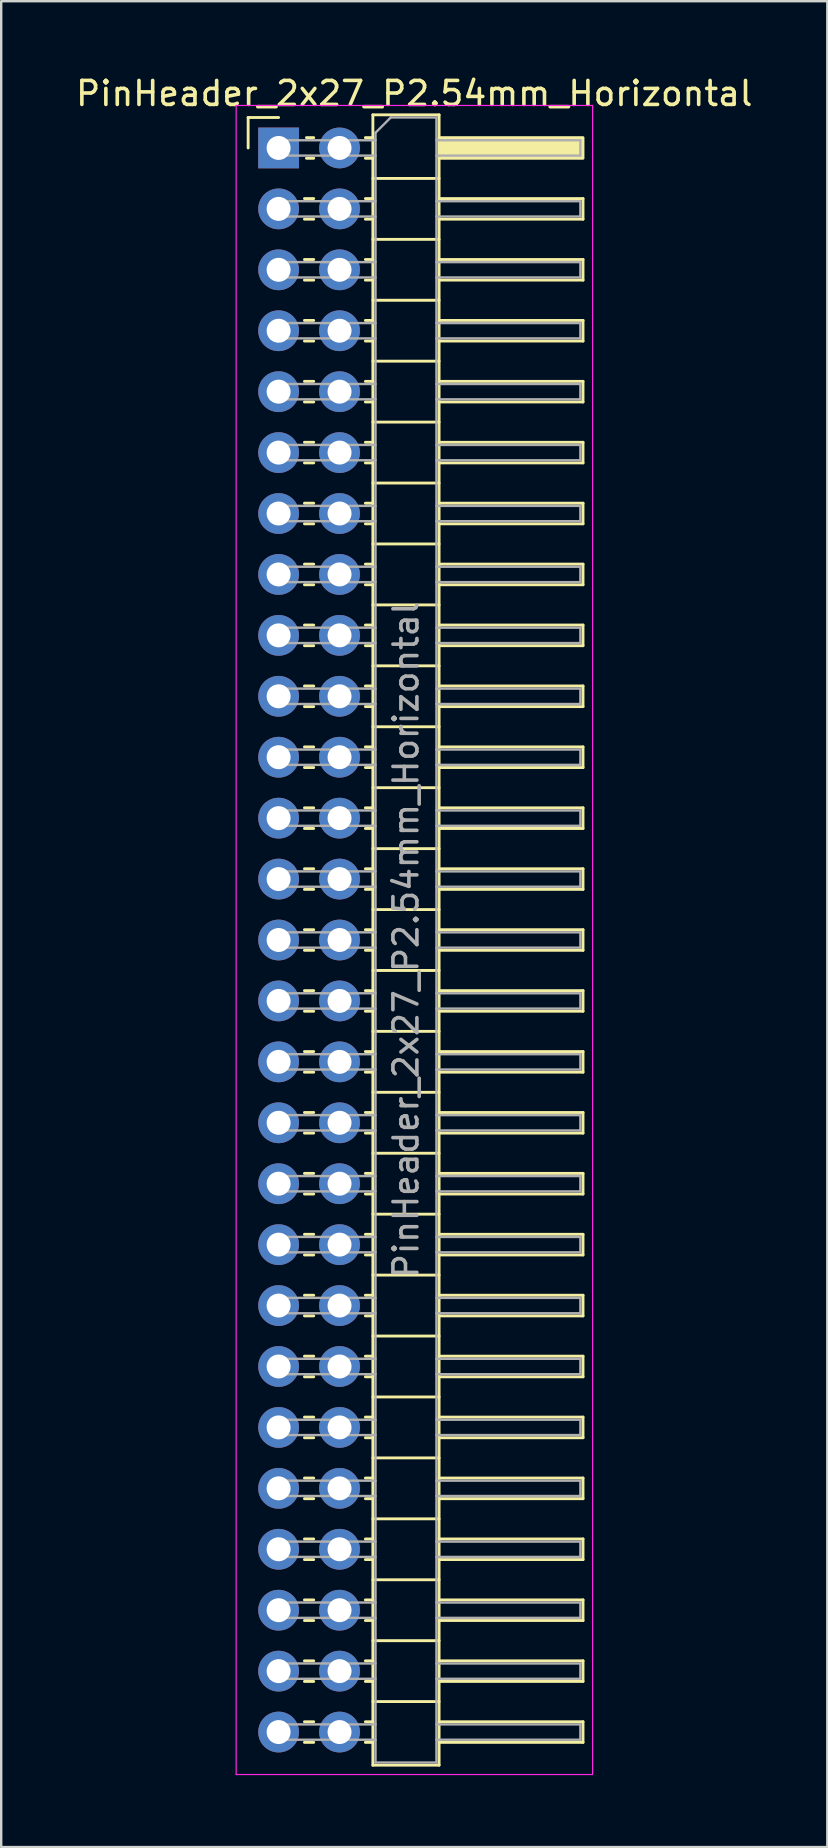
<source format=kicad_pcb>
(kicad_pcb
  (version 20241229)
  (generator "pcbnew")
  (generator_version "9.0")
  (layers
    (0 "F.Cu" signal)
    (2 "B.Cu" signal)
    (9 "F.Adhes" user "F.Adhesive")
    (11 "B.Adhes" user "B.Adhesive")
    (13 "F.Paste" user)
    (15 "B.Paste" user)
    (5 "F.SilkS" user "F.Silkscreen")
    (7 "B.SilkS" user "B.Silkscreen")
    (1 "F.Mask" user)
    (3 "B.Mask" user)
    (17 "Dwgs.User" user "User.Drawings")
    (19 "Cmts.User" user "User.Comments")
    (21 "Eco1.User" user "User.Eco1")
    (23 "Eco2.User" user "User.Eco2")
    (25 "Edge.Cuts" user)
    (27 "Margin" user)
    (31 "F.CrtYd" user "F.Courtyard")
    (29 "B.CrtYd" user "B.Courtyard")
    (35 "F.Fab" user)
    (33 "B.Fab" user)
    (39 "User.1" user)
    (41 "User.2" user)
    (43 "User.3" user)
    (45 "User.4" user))
  (footprint "PinHeader_2x27_P2.54mm_Horizontal"
    (layer "F.Cu")
    (at 8.565 3.118)
    (property "Reference" "PinHeader_2x27_P2.54mm_Horizontal" (at 5.655 -2.27 0) (layer "F.SilkS") (effects (font (size 1 1) (thickness 0.15))))
    (attr through_hole)
    (fp_line (start -1.27 -1.27) (end 0 -1.27) (stroke (width 0.12) (type solid)) (layer "F.SilkS"))
    (fp_line (start -1.27 0) (end -1.27 -1.27) (stroke (width 0.12) (type solid)) (layer "F.SilkS"))
    (fp_line (start 1.077 2.11) (end 1.463 2.11) (stroke (width 0.12) (type solid)) (layer "F.SilkS"))
    (fp_line (start 1.077 2.97) (end 1.463 2.97) (stroke (width 0.12) (type solid)) (layer "F.SilkS"))
    (fp_line (start 1.077 4.65) (end 1.463 4.65) (stroke (width 0.12) (type solid)) (layer "F.SilkS"))
    (fp_line (start 1.077 5.51) (end 1.463 5.51) (stroke (width 0.12) (type solid)) (layer "F.SilkS"))
    (fp_line (start 1.077 7.19) (end 1.463 7.19) (stroke (width 0.12) (type solid)) (layer "F.SilkS"))
    (fp_line (start 1.077 8.05) (end 1.463 8.05) (stroke (width 0.12) (type solid)) (layer "F.SilkS"))
    (fp_line (start 1.077 9.73) (end 1.463 9.73) (stroke (width 0.12) (type solid)) (layer "F.SilkS"))
    (fp_line (start 1.077 10.59) (end 1.463 10.59) (stroke (width 0.12) (type solid)) (layer "F.SilkS"))
    (fp_line (start 1.077 12.27) (end 1.463 12.27) (stroke (width 0.12) (type solid)) (layer "F.SilkS"))
    (fp_line (start 1.077 13.13) (end 1.463 13.13) (stroke (width 0.12) (type solid)) (layer "F.SilkS"))
    (fp_line (start 1.077 14.81) (end 1.463 14.81) (stroke (width 0.12) (type solid)) (layer "F.SilkS"))
    (fp_line (start 1.077 15.67) (end 1.463 15.67) (stroke (width 0.12) (type solid)) (layer "F.SilkS"))
    (fp_line (start 1.077 17.35) (end 1.463 17.35) (stroke (width 0.12) (type solid)) (layer "F.SilkS"))
    (fp_line (start 1.077 18.21) (end 1.463 18.21) (stroke (width 0.12) (type solid)) (layer "F.SilkS"))
    (fp_line (start 1.077 19.89) (end 1.463 19.89) (stroke (width 0.12) (type solid)) (layer "F.SilkS"))
    (fp_line (start 1.077 20.75) (end 1.463 20.75) (stroke (width 0.12) (type solid)) (layer "F.SilkS"))
    (fp_line (start 1.077 22.43) (end 1.463 22.43) (stroke (width 0.12) (type solid)) (layer "F.SilkS"))
    (fp_line (start 1.077 23.29) (end 1.463 23.29) (stroke (width 0.12) (type solid)) (layer "F.SilkS"))
    (fp_line (start 1.077 24.97) (end 1.463 24.97) (stroke (width 0.12) (type solid)) (layer "F.SilkS"))
    (fp_line (start 1.077 25.83) (end 1.463 25.83) (stroke (width 0.12) (type solid)) (layer "F.SilkS"))
    (fp_line (start 1.077 27.51) (end 1.463 27.51) (stroke (width 0.12) (type solid)) (layer "F.SilkS"))
    (fp_line (start 1.077 28.37) (end 1.463 28.37) (stroke (width 0.12) (type solid)) (layer "F.SilkS"))
    (fp_line (start 1.077 30.05) (end 1.463 30.05) (stroke (width 0.12) (type solid)) (layer "F.SilkS"))
    (fp_line (start 1.077 30.91) (end 1.463 30.91) (stroke (width 0.12) (type solid)) (layer "F.SilkS"))
    (fp_line (start 1.077 32.59) (end 1.463 32.59) (stroke (width 0.12) (type solid)) (layer "F.SilkS"))
    (fp_line (start 1.077 33.45) (end 1.463 33.45) (stroke (width 0.12) (type solid)) (layer "F.SilkS"))
    (fp_line (start 1.077 35.13) (end 1.463 35.13) (stroke (width 0.12) (type solid)) (layer "F.SilkS"))
    (fp_line (start 1.077 35.99) (end 1.463 35.99) (stroke (width 0.12) (type solid)) (layer "F.SilkS"))
    (fp_line (start 1.077 37.67) (end 1.463 37.67) (stroke (width 0.12) (type solid)) (layer "F.SilkS"))
    (fp_line (start 1.077 38.53) (end 1.463 38.53) (stroke (width 0.12) (type solid)) (layer "F.SilkS"))
    (fp_line (start 1.077 40.21) (end 1.463 40.21) (stroke (width 0.12) (type solid)) (layer "F.SilkS"))
    (fp_line (start 1.077 41.07) (end 1.463 41.07) (stroke (width 0.12) (type solid)) (layer "F.SilkS"))
    (fp_line (start 1.077 42.75) (end 1.463 42.75) (stroke (width 0.12) (type solid)) (layer "F.SilkS"))
    (fp_line (start 1.077 43.61) (end 1.463 43.61) (stroke (width 0.12) (type solid)) (layer "F.SilkS"))
    (fp_line (start 1.077 45.29) (end 1.463 45.29) (stroke (width 0.12) (type solid)) (layer "F.SilkS"))
    (fp_line (start 1.077 46.15) (end 1.463 46.15) (stroke (width 0.12) (type solid)) (layer "F.SilkS"))
    (fp_line (start 1.077 47.83) (end 1.463 47.83) (stroke (width 0.12) (type solid)) (layer "F.SilkS"))
    (fp_line (start 1.077 48.69) (end 1.463 48.69) (stroke (width 0.12) (type solid)) (layer "F.SilkS"))
    (fp_line (start 1.077 50.37) (end 1.463 50.37) (stroke (width 0.12) (type solid)) (layer "F.SilkS"))
    (fp_line (start 1.077 51.23) (end 1.463 51.23) (stroke (width 0.12) (type solid)) (layer "F.SilkS"))
    (fp_line (start 1.077 52.91) (end 1.463 52.91) (stroke (width 0.12) (type solid)) (layer "F.SilkS"))
    (fp_line (start 1.077 53.77) (end 1.463 53.77) (stroke (width 0.12) (type solid)) (layer "F.SilkS"))
    (fp_line (start 1.077 55.45) (end 1.463 55.45) (stroke (width 0.12) (type solid)) (layer "F.SilkS"))
    (fp_line (start 1.077 56.31) (end 1.463 56.31) (stroke (width 0.12) (type solid)) (layer "F.SilkS"))
    (fp_line (start 1.077 57.99) (end 1.463 57.99) (stroke (width 0.12) (type solid)) (layer "F.SilkS"))
    (fp_line (start 1.077 58.85) (end 1.463 58.85) (stroke (width 0.12) (type solid)) (layer "F.SilkS"))
    (fp_line (start 1.077 60.53) (end 1.463 60.53) (stroke (width 0.12) (type solid)) (layer "F.SilkS"))
    (fp_line (start 1.077 61.39) (end 1.463 61.39) (stroke (width 0.12) (type solid)) (layer "F.SilkS"))
    (fp_line (start 1.077 63.07) (end 1.463 63.07) (stroke (width 0.12) (type solid)) (layer "F.SilkS"))
    (fp_line (start 1.077 63.93) (end 1.463 63.93) (stroke (width 0.12) (type solid)) (layer "F.SilkS"))
    (fp_line (start 1.077 65.61) (end 1.463 65.61) (stroke (width 0.12) (type solid)) (layer "F.SilkS"))
    (fp_line (start 1.077 66.47) (end 1.463 66.47) (stroke (width 0.12) (type solid)) (layer "F.SilkS"))
    (fp_line (start 1.16 -0.43) (end 1.463 -0.43) (stroke (width 0.12) (type solid)) (layer "F.SilkS"))
    (fp_line (start 1.16 0.43) (end 1.463 0.43) (stroke (width 0.12) (type solid)) (layer "F.SilkS"))
    (fp_line (start 3.617 -0.43) (end 3.93 -0.43) (stroke (width 0.12) (type solid)) (layer "F.SilkS"))
    (fp_line (start 3.617 0.43) (end 3.93 0.43) (stroke (width 0.12) (type solid)) (layer "F.SilkS"))
    (fp_line (start 3.617 2.11) (end 3.93 2.11) (stroke (width 0.12) (type solid)) (layer "F.SilkS"))
    (fp_line (start 3.617 2.97) (end 3.93 2.97) (stroke (width 0.12) (type solid)) (layer "F.SilkS"))
    (fp_line (start 3.617 4.65) (end 3.93 4.65) (stroke (width 0.12) (type solid)) (layer "F.SilkS"))
    (fp_line (start 3.617 5.51) (end 3.93 5.51) (stroke (width 0.12) (type solid)) (layer "F.SilkS"))
    (fp_line (start 3.617 7.19) (end 3.93 7.19) (stroke (width 0.12) (type solid)) (layer "F.SilkS"))
    (fp_line (start 3.617 8.05) (end 3.93 8.05) (stroke (width 0.12) (type solid)) (layer "F.SilkS"))
    (fp_line (start 3.617 9.73) (end 3.93 9.73) (stroke (width 0.12) (type solid)) (layer "F.SilkS"))
    (fp_line (start 3.617 10.59) (end 3.93 10.59) (stroke (width 0.12) (type solid)) (layer "F.SilkS"))
    (fp_line (start 3.617 12.27) (end 3.93 12.27) (stroke (width 0.12) (type solid)) (layer "F.SilkS"))
    (fp_line (start 3.617 13.13) (end 3.93 13.13) (stroke (width 0.12) (type solid)) (layer "F.SilkS"))
    (fp_line (start 3.617 14.81) (end 3.93 14.81) (stroke (width 0.12) (type solid)) (layer "F.SilkS"))
    (fp_line (start 3.617 15.67) (end 3.93 15.67) (stroke (width 0.12) (type solid)) (layer "F.SilkS"))
    (fp_line (start 3.617 17.35) (end 3.93 17.35) (stroke (width 0.12) (type solid)) (layer "F.SilkS"))
    (fp_line (start 3.617 18.21) (end 3.93 18.21) (stroke (width 0.12) (type solid)) (layer "F.SilkS"))
    (fp_line (start 3.617 19.89) (end 3.93 19.89) (stroke (width 0.12) (type solid)) (layer "F.SilkS"))
    (fp_line (start 3.617 20.75) (end 3.93 20.75) (stroke (width 0.12) (type solid)) (layer "F.SilkS"))
    (fp_line (start 3.617 22.43) (end 3.93 22.43) (stroke (width 0.12) (type solid)) (layer "F.SilkS"))
    (fp_line (start 3.617 23.29) (end 3.93 23.29) (stroke (width 0.12) (type solid)) (layer "F.SilkS"))
    (fp_line (start 3.617 24.97) (end 3.93 24.97) (stroke (width 0.12) (type solid)) (layer "F.SilkS"))
    (fp_line (start 3.617 25.83) (end 3.93 25.83) (stroke (width 0.12) (type solid)) (layer "F.SilkS"))
    (fp_line (start 3.617 27.51) (end 3.93 27.51) (stroke (width 0.12) (type solid)) (layer "F.SilkS"))
    (fp_line (start 3.617 28.37) (end 3.93 28.37) (stroke (width 0.12) (type solid)) (layer "F.SilkS"))
    (fp_line (start 3.617 30.05) (end 3.93 30.05) (stroke (width 0.12) (type solid)) (layer "F.SilkS"))
    (fp_line (start 3.617 30.91) (end 3.93 30.91) (stroke (width 0.12) (type solid)) (layer "F.SilkS"))
    (fp_line (start 3.617 32.59) (end 3.93 32.59) (stroke (width 0.12) (type solid)) (layer "F.SilkS"))
    (fp_line (start 3.617 33.45) (end 3.93 33.45) (stroke (width 0.12) (type solid)) (layer "F.SilkS"))
    (fp_line (start 3.617 35.13) (end 3.93 35.13) (stroke (width 0.12) (type solid)) (layer "F.SilkS"))
    (fp_line (start 3.617 35.99) (end 3.93 35.99) (stroke (width 0.12) (type solid)) (layer "F.SilkS"))
    (fp_line (start 3.617 37.67) (end 3.93 37.67) (stroke (width 0.12) (type solid)) (layer "F.SilkS"))
    (fp_line (start 3.617 38.53) (end 3.93 38.53) (stroke (width 0.12) (type solid)) (layer "F.SilkS"))
    (fp_line (start 3.617 40.21) (end 3.93 40.21) (stroke (width 0.12) (type solid)) (layer "F.SilkS"))
    (fp_line (start 3.617 41.07) (end 3.93 41.07) (stroke (width 0.12) (type solid)) (layer "F.SilkS"))
    (fp_line (start 3.617 42.75) (end 3.93 42.75) (stroke (width 0.12) (type solid)) (layer "F.SilkS"))
    (fp_line (start 3.617 43.61) (end 3.93 43.61) (stroke (width 0.12) (type solid)) (layer "F.SilkS"))
    (fp_line (start 3.617 45.29) (end 3.93 45.29) (stroke (width 0.12) (type solid)) (layer "F.SilkS"))
    (fp_line (start 3.617 46.15) (end 3.93 46.15) (stroke (width 0.12) (type solid)) (layer "F.SilkS"))
    (fp_line (start 3.617 47.83) (end 3.93 47.83) (stroke (width 0.12) (type solid)) (layer "F.SilkS"))
    (fp_line (start 3.617 48.69) (end 3.93 48.69) (stroke (width 0.12) (type solid)) (layer "F.SilkS"))
    (fp_line (start 3.617 50.37) (end 3.93 50.37) (stroke (width 0.12) (type solid)) (layer "F.SilkS"))
    (fp_line (start 3.617 51.23) (end 3.93 51.23) (stroke (width 0.12) (type solid)) (layer "F.SilkS"))
    (fp_line (start 3.617 52.91) (end 3.93 52.91) (stroke (width 0.12) (type solid)) (layer "F.SilkS"))
    (fp_line (start 3.617 53.77) (end 3.93 53.77) (stroke (width 0.12) (type solid)) (layer "F.SilkS"))
    (fp_line (start 3.617 55.45) (end 3.93 55.45) (stroke (width 0.12) (type solid)) (layer "F.SilkS"))
    (fp_line (start 3.617 56.31) (end 3.93 56.31) (stroke (width 0.12) (type solid)) (layer "F.SilkS"))
    (fp_line (start 3.617 57.99) (end 3.93 57.99) (stroke (width 0.12) (type solid)) (layer "F.SilkS"))
    (fp_line (start 3.617 58.85) (end 3.93 58.85) (stroke (width 0.12) (type solid)) (layer "F.SilkS"))
    (fp_line (start 3.617 60.53) (end 3.93 60.53) (stroke (width 0.12) (type solid)) (layer "F.SilkS"))
    (fp_line (start 3.617 61.39) (end 3.93 61.39) (stroke (width 0.12) (type solid)) (layer "F.SilkS"))
    (fp_line (start 3.617 63.07) (end 3.93 63.07) (stroke (width 0.12) (type solid)) (layer "F.SilkS"))
    (fp_line (start 3.617 63.93) (end 3.93 63.93) (stroke (width 0.12) (type solid)) (layer "F.SilkS"))
    (fp_line (start 3.617 65.61) (end 3.93 65.61) (stroke (width 0.12) (type solid)) (layer "F.SilkS"))
    (fp_line (start 3.617 66.47) (end 3.93 66.47) (stroke (width 0.12) (type solid)) (layer "F.SilkS"))
    (fp_line (start 3.93 -1.38) (end 3.93 67.42) (stroke (width 0.12) (type solid)) (layer "F.SilkS"))
    (fp_line (start 3.93 1.27) (end 6.69 1.27) (stroke (width 0.12) (type solid)) (layer "F.SilkS"))
    (fp_line (start 3.93 3.81) (end 6.69 3.81) (stroke (width 0.12) (type solid)) (layer "F.SilkS"))
    (fp_line (start 3.93 6.35) (end 6.69 6.35) (stroke (width 0.12) (type solid)) (layer "F.SilkS"))
    (fp_line (start 3.93 8.89) (end 6.69 8.89) (stroke (width 0.12) (type solid)) (layer "F.SilkS"))
    (fp_line (start 3.93 11.43) (end 6.69 11.43) (stroke (width 0.12) (type solid)) (layer "F.SilkS"))
    (fp_line (start 3.93 13.97) (end 6.69 13.97) (stroke (width 0.12) (type solid)) (layer "F.SilkS"))
    (fp_line (start 3.93 16.51) (end 6.69 16.51) (stroke (width 0.12) (type solid)) (layer "F.SilkS"))
    (fp_line (start 3.93 19.05) (end 6.69 19.05) (stroke (width 0.12) (type solid)) (layer "F.SilkS"))
    (fp_line (start 3.93 21.59) (end 6.69 21.59) (stroke (width 0.12) (type solid)) (layer "F.SilkS"))
    (fp_line (start 3.93 24.13) (end 6.69 24.13) (stroke (width 0.12) (type solid)) (layer "F.SilkS"))
    (fp_line (start 3.93 26.67) (end 6.69 26.67) (stroke (width 0.12) (type solid)) (layer "F.SilkS"))
    (fp_line (start 3.93 29.21) (end 6.69 29.21) (stroke (width 0.12) (type solid)) (layer "F.SilkS"))
    (fp_line (start 3.93 31.75) (end 6.69 31.75) (stroke (width 0.12) (type solid)) (layer "F.SilkS"))
    (fp_line (start 3.93 34.29) (end 6.69 34.29) (stroke (width 0.12) (type solid)) (layer "F.SilkS"))
    (fp_line (start 3.93 36.83) (end 6.69 36.83) (stroke (width 0.12) (type solid)) (layer "F.SilkS"))
    (fp_line (start 3.93 39.37) (end 6.69 39.37) (stroke (width 0.12) (type solid)) (layer "F.SilkS"))
    (fp_line (start 3.93 41.91) (end 6.69 41.91) (stroke (width 0.12) (type solid)) (layer "F.SilkS"))
    (fp_line (start 3.93 44.45) (end 6.69 44.45) (stroke (width 0.12) (type solid)) (layer "F.SilkS"))
    (fp_line (start 3.93 46.99) (end 6.69 46.99) (stroke (width 0.12) (type solid)) (layer "F.SilkS"))
    (fp_line (start 3.93 49.53) (end 6.69 49.53) (stroke (width 0.12) (type solid)) (layer "F.SilkS"))
    (fp_line (start 3.93 52.07) (end 6.69 52.07) (stroke (width 0.12) (type solid)) (layer "F.SilkS"))
    (fp_line (start 3.93 54.61) (end 6.69 54.61) (stroke (width 0.12) (type solid)) (layer "F.SilkS"))
    (fp_line (start 3.93 57.15) (end 6.69 57.15) (stroke (width 0.12) (type solid)) (layer "F.SilkS"))
    (fp_line (start 3.93 59.69) (end 6.69 59.69) (stroke (width 0.12) (type solid)) (layer "F.SilkS"))
    (fp_line (start 3.93 62.23) (end 6.69 62.23) (stroke (width 0.12) (type solid)) (layer "F.SilkS"))
    (fp_line (start 3.93 64.77) (end 6.69 64.77) (stroke (width 0.12) (type solid)) (layer "F.SilkS"))
    (fp_line (start 3.93 67.42) (end 6.69 67.42) (stroke (width 0.12) (type solid)) (layer "F.SilkS"))
    (fp_line (start 6.69 -1.38) (end 3.93 -1.38) (stroke (width 0.12) (type solid)) (layer "F.SilkS"))
    (fp_line (start 6.69 2.11) (end 12.69 2.11) (stroke (width 0.12) (type solid)) (layer "F.SilkS"))
    (fp_line (start 6.69 4.65) (end 12.69 4.65) (stroke (width 0.12) (type solid)) (layer "F.SilkS"))
    (fp_line (start 6.69 7.19) (end 12.69 7.19) (stroke (width 0.12) (type solid)) (layer "F.SilkS"))
    (fp_line (start 6.69 9.73) (end 12.69 9.73) (stroke (width 0.12) (type solid)) (layer "F.SilkS"))
    (fp_line (start 6.69 12.27) (end 12.69 12.27) (stroke (width 0.12) (type solid)) (layer "F.SilkS"))
    (fp_line (start 6.69 14.81) (end 12.69 14.81) (stroke (width 0.12) (type solid)) (layer "F.SilkS"))
    (fp_line (start 6.69 17.35) (end 12.69 17.35) (stroke (width 0.12) (type solid)) (layer "F.SilkS"))
    (fp_line (start 6.69 19.89) (end 12.69 19.89) (stroke (width 0.12) (type solid)) (layer "F.SilkS"))
    (fp_line (start 6.69 22.43) (end 12.69 22.43) (stroke (width 0.12) (type solid)) (layer "F.SilkS"))
    (fp_line (start 6.69 24.97) (end 12.69 24.97) (stroke (width 0.12) (type solid)) (layer "F.SilkS"))
    (fp_line (start 6.69 27.51) (end 12.69 27.51) (stroke (width 0.12) (type solid)) (layer "F.SilkS"))
    (fp_line (start 6.69 30.05) (end 12.69 30.05) (stroke (width 0.12) (type solid)) (layer "F.SilkS"))
    (fp_line (start 6.69 32.59) (end 12.69 32.59) (stroke (width 0.12) (type solid)) (layer "F.SilkS"))
    (fp_line (start 6.69 35.13) (end 12.69 35.13) (stroke (width 0.12) (type solid)) (layer "F.SilkS"))
    (fp_line (start 6.69 37.67) (end 12.69 37.67) (stroke (width 0.12) (type solid)) (layer "F.SilkS"))
    (fp_line (start 6.69 40.21) (end 12.69 40.21) (stroke (width 0.12) (type solid)) (layer "F.SilkS"))
    (fp_line (start 6.69 42.75) (end 12.69 42.75) (stroke (width 0.12) (type solid)) (layer "F.SilkS"))
    (fp_line (start 6.69 45.29) (end 12.69 45.29) (stroke (width 0.12) (type solid)) (layer "F.SilkS"))
    (fp_line (start 6.69 47.83) (end 12.69 47.83) (stroke (width 0.12) (type solid)) (layer "F.SilkS"))
    (fp_line (start 6.69 50.37) (end 12.69 50.37) (stroke (width 0.12) (type solid)) (layer "F.SilkS"))
    (fp_line (start 6.69 52.91) (end 12.69 52.91) (stroke (width 0.12) (type solid)) (layer "F.SilkS"))
    (fp_line (start 6.69 55.45) (end 12.69 55.45) (stroke (width 0.12) (type solid)) (layer "F.SilkS"))
    (fp_line (start 6.69 57.99) (end 12.69 57.99) (stroke (width 0.12) (type solid)) (layer "F.SilkS"))
    (fp_line (start 6.69 60.53) (end 12.69 60.53) (stroke (width 0.12) (type solid)) (layer "F.SilkS"))
    (fp_line (start 6.69 63.07) (end 12.69 63.07) (stroke (width 0.12) (type solid)) (layer "F.SilkS"))
    (fp_line (start 6.69 65.61) (end 12.69 65.61) (stroke (width 0.12) (type solid)) (layer "F.SilkS"))
    (fp_line (start 6.69 67.42) (end 6.69 -1.38) (stroke (width 0.12) (type solid)) (layer "F.SilkS"))
    (fp_line (start 12.69 2.11) (end 12.69 2.97) (stroke (width 0.12) (type solid)) (layer "F.SilkS"))
    (fp_line (start 12.69 2.97) (end 6.69 2.97) (stroke (width 0.12) (type solid)) (layer "F.SilkS"))
    (fp_line (start 12.69 4.65) (end 12.69 5.51) (stroke (width 0.12) (type solid)) (layer "F.SilkS"))
    (fp_line (start 12.69 5.51) (end 6.69 5.51) (stroke (width 0.12) (type solid)) (layer "F.SilkS"))
    (fp_line (start 12.69 7.19) (end 12.69 8.05) (stroke (width 0.12) (type solid)) (layer "F.SilkS"))
    (fp_line (start 12.69 8.05) (end 6.69 8.05) (stroke (width 0.12) (type solid)) (layer "F.SilkS"))
    (fp_line (start 12.69 9.73) (end 12.69 10.59) (stroke (width 0.12) (type solid)) (layer "F.SilkS"))
    (fp_line (start 12.69 10.59) (end 6.69 10.59) (stroke (width 0.12) (type solid)) (layer "F.SilkS"))
    (fp_line (start 12.69 12.27) (end 12.69 13.13) (stroke (width 0.12) (type solid)) (layer "F.SilkS"))
    (fp_line (start 12.69 13.13) (end 6.69 13.13) (stroke (width 0.12) (type solid)) (layer "F.SilkS"))
    (fp_line (start 12.69 14.81) (end 12.69 15.67) (stroke (width 0.12) (type solid)) (layer "F.SilkS"))
    (fp_line (start 12.69 15.67) (end 6.69 15.67) (stroke (width 0.12) (type solid)) (layer "F.SilkS"))
    (fp_line (start 12.69 17.35) (end 12.69 18.21) (stroke (width 0.12) (type solid)) (layer "F.SilkS"))
    (fp_line (start 12.69 18.21) (end 6.69 18.21) (stroke (width 0.12) (type solid)) (layer "F.SilkS"))
    (fp_line (start 12.69 19.89) (end 12.69 20.75) (stroke (width 0.12) (type solid)) (layer "F.SilkS"))
    (fp_line (start 12.69 20.75) (end 6.69 20.75) (stroke (width 0.12) (type solid)) (layer "F.SilkS"))
    (fp_line (start 12.69 22.43) (end 12.69 23.29) (stroke (width 0.12) (type solid)) (layer "F.SilkS"))
    (fp_line (start 12.69 23.29) (end 6.69 23.29) (stroke (width 0.12) (type solid)) (layer "F.SilkS"))
    (fp_line (start 12.69 24.97) (end 12.69 25.83) (stroke (width 0.12) (type solid)) (layer "F.SilkS"))
    (fp_line (start 12.69 25.83) (end 6.69 25.83) (stroke (width 0.12) (type solid)) (layer "F.SilkS"))
    (fp_line (start 12.69 27.51) (end 12.69 28.37) (stroke (width 0.12) (type solid)) (layer "F.SilkS"))
    (fp_line (start 12.69 28.37) (end 6.69 28.37) (stroke (width 0.12) (type solid)) (layer "F.SilkS"))
    (fp_line (start 12.69 30.05) (end 12.69 30.91) (stroke (width 0.12) (type solid)) (layer "F.SilkS"))
    (fp_line (start 12.69 30.91) (end 6.69 30.91) (stroke (width 0.12) (type solid)) (layer "F.SilkS"))
    (fp_line (start 12.69 32.59) (end 12.69 33.45) (stroke (width 0.12) (type solid)) (layer "F.SilkS"))
    (fp_line (start 12.69 33.45) (end 6.69 33.45) (stroke (width 0.12) (type solid)) (layer "F.SilkS"))
    (fp_line (start 12.69 35.13) (end 12.69 35.99) (stroke (width 0.12) (type solid)) (layer "F.SilkS"))
    (fp_line (start 12.69 35.99) (end 6.69 35.99) (stroke (width 0.12) (type solid)) (layer "F.SilkS"))
    (fp_line (start 12.69 37.67) (end 12.69 38.53) (stroke (width 0.12) (type solid)) (layer "F.SilkS"))
    (fp_line (start 12.69 38.53) (end 6.69 38.53) (stroke (width 0.12) (type solid)) (layer "F.SilkS"))
    (fp_line (start 12.69 40.21) (end 12.69 41.07) (stroke (width 0.12) (type solid)) (layer "F.SilkS"))
    (fp_line (start 12.69 41.07) (end 6.69 41.07) (stroke (width 0.12) (type solid)) (layer "F.SilkS"))
    (fp_line (start 12.69 42.75) (end 12.69 43.61) (stroke (width 0.12) (type solid)) (layer "F.SilkS"))
    (fp_line (start 12.69 43.61) (end 6.69 43.61) (stroke (width 0.12) (type solid)) (layer "F.SilkS"))
    (fp_line (start 12.69 45.29) (end 12.69 46.15) (stroke (width 0.12) (type solid)) (layer "F.SilkS"))
    (fp_line (start 12.69 46.15) (end 6.69 46.15) (stroke (width 0.12) (type solid)) (layer "F.SilkS"))
    (fp_line (start 12.69 47.83) (end 12.69 48.69) (stroke (width 0.12) (type solid)) (layer "F.SilkS"))
    (fp_line (start 12.69 48.69) (end 6.69 48.69) (stroke (width 0.12) (type solid)) (layer "F.SilkS"))
    (fp_line (start 12.69 50.37) (end 12.69 51.23) (stroke (width 0.12) (type solid)) (layer "F.SilkS"))
    (fp_line (start 12.69 51.23) (end 6.69 51.23) (stroke (width 0.12) (type solid)) (layer "F.SilkS"))
    (fp_line (start 12.69 52.91) (end 12.69 53.77) (stroke (width 0.12) (type solid)) (layer "F.SilkS"))
    (fp_line (start 12.69 53.77) (end 6.69 53.77) (stroke (width 0.12) (type solid)) (layer "F.SilkS"))
    (fp_line (start 12.69 55.45) (end 12.69 56.31) (stroke (width 0.12) (type solid)) (layer "F.SilkS"))
    (fp_line (start 12.69 56.31) (end 6.69 56.31) (stroke (width 0.12) (type solid)) (layer "F.SilkS"))
    (fp_line (start 12.69 57.99) (end 12.69 58.85) (stroke (width 0.12) (type solid)) (layer "F.SilkS"))
    (fp_line (start 12.69 58.85) (end 6.69 58.85) (stroke (width 0.12) (type solid)) (layer "F.SilkS"))
    (fp_line (start 12.69 60.53) (end 12.69 61.39) (stroke (width 0.12) (type solid)) (layer "F.SilkS"))
    (fp_line (start 12.69 61.39) (end 6.69 61.39) (stroke (width 0.12) (type solid)) (layer "F.SilkS"))
    (fp_line (start 12.69 63.07) (end 12.69 63.93) (stroke (width 0.12) (type solid)) (layer "F.SilkS"))
    (fp_line (start 12.69 63.93) (end 6.69 63.93) (stroke (width 0.12) (type solid)) (layer "F.SilkS"))
    (fp_line (start 12.69 65.61) (end 12.69 66.47) (stroke (width 0.12) (type solid)) (layer "F.SilkS"))
    (fp_line (start 12.69 66.47) (end 6.69 66.47) (stroke (width 0.12) (type solid)) (layer "F.SilkS"))
    (fp_rect (start 6.69 -0.43) (end 12.69 0.43) (stroke (width 0.12) (type solid)) (fill yes) (layer "F.SilkS"))
    (fp_line (start -1.77 -1.77) (end -1.77 67.81) (stroke (width 0.05) (type solid)) (layer "F.CrtYd"))
    (fp_line (start -1.77 67.81) (end 13.09 67.81) (stroke (width 0.05) (type solid)) (layer "F.CrtYd"))
    (fp_line (start 13.09 -1.77) (end -1.77 -1.77) (stroke (width 0.05) (type solid)) (layer "F.CrtYd"))
    (fp_line (start 13.09 67.81) (end 13.09 -1.77) (stroke (width 0.05) (type solid)) (layer "F.CrtYd"))
    (fp_line (start -0.32 -0.32) (end -0.32 0.32) (stroke (width 0.1) (type solid)) (layer "F.Fab"))
    (fp_line (start -0.32 -0.32) (end 4.04 -0.32) (stroke (width 0.1) (type solid)) (layer "F.Fab"))
    (fp_line (start -0.32 0.32) (end 4.04 0.32) (stroke (width 0.1) (type solid)) (layer "F.Fab"))
    (fp_line (start -0.32 2.22) (end -0.32 2.86) (stroke (width 0.1) (type solid)) (layer "F.Fab"))
    (fp_line (start -0.32 2.22) (end 4.04 2.22) (stroke (width 0.1) (type solid)) (layer "F.Fab"))
    (fp_line (start -0.32 2.86) (end 4.04 2.86) (stroke (width 0.1) (type solid)) (layer "F.Fab"))
    (fp_line (start -0.32 4.76) (end -0.32 5.4) (stroke (width 0.1) (type solid)) (layer "F.Fab"))
    (fp_line (start -0.32 4.76) (end 4.04 4.76) (stroke (width 0.1) (type solid)) (layer "F.Fab"))
    (fp_line (start -0.32 5.4) (end 4.04 5.4) (stroke (width 0.1) (type solid)) (layer "F.Fab"))
    (fp_line (start -0.32 7.3) (end -0.32 7.94) (stroke (width 0.1) (type solid)) (layer "F.Fab"))
    (fp_line (start -0.32 7.3) (end 4.04 7.3) (stroke (width 0.1) (type solid)) (layer "F.Fab"))
    (fp_line (start -0.32 7.94) (end 4.04 7.94) (stroke (width 0.1) (type solid)) (layer "F.Fab"))
    (fp_line (start -0.32 9.84) (end -0.32 10.48) (stroke (width 0.1) (type solid)) (layer "F.Fab"))
    (fp_line (start -0.32 9.84) (end 4.04 9.84) (stroke (width 0.1) (type solid)) (layer "F.Fab"))
    (fp_line (start -0.32 10.48) (end 4.04 10.48) (stroke (width 0.1) (type solid)) (layer "F.Fab"))
    (fp_line (start -0.32 12.38) (end -0.32 13.02) (stroke (width 0.1) (type solid)) (layer "F.Fab"))
    (fp_line (start -0.32 12.38) (end 4.04 12.38) (stroke (width 0.1) (type solid)) (layer "F.Fab"))
    (fp_line (start -0.32 13.02) (end 4.04 13.02) (stroke (width 0.1) (type solid)) (layer "F.Fab"))
    (fp_line (start -0.32 14.92) (end -0.32 15.56) (stroke (width 0.1) (type solid)) (layer "F.Fab"))
    (fp_line (start -0.32 14.92) (end 4.04 14.92) (stroke (width 0.1) (type solid)) (layer "F.Fab"))
    (fp_line (start -0.32 15.56) (end 4.04 15.56) (stroke (width 0.1) (type solid)) (layer "F.Fab"))
    (fp_line (start -0.32 17.46) (end -0.32 18.1) (stroke (width 0.1) (type solid)) (layer "F.Fab"))
    (fp_line (start -0.32 17.46) (end 4.04 17.46) (stroke (width 0.1) (type solid)) (layer "F.Fab"))
    (fp_line (start -0.32 18.1) (end 4.04 18.1) (stroke (width 0.1) (type solid)) (layer "F.Fab"))
    (fp_line (start -0.32 20) (end -0.32 20.64) (stroke (width 0.1) (type solid)) (layer "F.Fab"))
    (fp_line (start -0.32 20) (end 4.04 20) (stroke (width 0.1) (type solid)) (layer "F.Fab"))
    (fp_line (start -0.32 20.64) (end 4.04 20.64) (stroke (width 0.1) (type solid)) (layer "F.Fab"))
    (fp_line (start -0.32 22.54) (end -0.32 23.18) (stroke (width 0.1) (type solid)) (layer "F.Fab"))
    (fp_line (start -0.32 22.54) (end 4.04 22.54) (stroke (width 0.1) (type solid)) (layer "F.Fab"))
    (fp_line (start -0.32 23.18) (end 4.04 23.18) (stroke (width 0.1) (type solid)) (layer "F.Fab"))
    (fp_line (start -0.32 25.08) (end -0.32 25.72) (stroke (width 0.1) (type solid)) (layer "F.Fab"))
    (fp_line (start -0.32 25.08) (end 4.04 25.08) (stroke (width 0.1) (type solid)) (layer "F.Fab"))
    (fp_line (start -0.32 25.72) (end 4.04 25.72) (stroke (width 0.1) (type solid)) (layer "F.Fab"))
    (fp_line (start -0.32 27.62) (end -0.32 28.26) (stroke (width 0.1) (type solid)) (layer "F.Fab"))
    (fp_line (start -0.32 27.62) (end 4.04 27.62) (stroke (width 0.1) (type solid)) (layer "F.Fab"))
    (fp_line (start -0.32 28.26) (end 4.04 28.26) (stroke (width 0.1) (type solid)) (layer "F.Fab"))
    (fp_line (start -0.32 30.16) (end -0.32 30.8) (stroke (width 0.1) (type solid)) (layer "F.Fab"))
    (fp_line (start -0.32 30.16) (end 4.04 30.16) (stroke (width 0.1) (type solid)) (layer "F.Fab"))
    (fp_line (start -0.32 30.8) (end 4.04 30.8) (stroke (width 0.1) (type solid)) (layer "F.Fab"))
    (fp_line (start -0.32 32.7) (end -0.32 33.34) (stroke (width 0.1) (type solid)) (layer "F.Fab"))
    (fp_line (start -0.32 32.7) (end 4.04 32.7) (stroke (width 0.1) (type solid)) (layer "F.Fab"))
    (fp_line (start -0.32 33.34) (end 4.04 33.34) (stroke (width 0.1) (type solid)) (layer "F.Fab"))
    (fp_line (start -0.32 35.24) (end -0.32 35.88) (stroke (width 0.1) (type solid)) (layer "F.Fab"))
    (fp_line (start -0.32 35.24) (end 4.04 35.24) (stroke (width 0.1) (type solid)) (layer "F.Fab"))
    (fp_line (start -0.32 35.88) (end 4.04 35.88) (stroke (width 0.1) (type solid)) (layer "F.Fab"))
    (fp_line (start -0.32 37.78) (end -0.32 38.42) (stroke (width 0.1) (type solid)) (layer "F.Fab"))
    (fp_line (start -0.32 37.78) (end 4.04 37.78) (stroke (width 0.1) (type solid)) (layer "F.Fab"))
    (fp_line (start -0.32 38.42) (end 4.04 38.42) (stroke (width 0.1) (type solid)) (layer "F.Fab"))
    (fp_line (start -0.32 40.32) (end -0.32 40.96) (stroke (width 0.1) (type solid)) (layer "F.Fab"))
    (fp_line (start -0.32 40.32) (end 4.04 40.32) (stroke (width 0.1) (type solid)) (layer "F.Fab"))
    (fp_line (start -0.32 40.96) (end 4.04 40.96) (stroke (width 0.1) (type solid)) (layer "F.Fab"))
    (fp_line (start -0.32 42.86) (end -0.32 43.5) (stroke (width 0.1) (type solid)) (layer "F.Fab"))
    (fp_line (start -0.32 42.86) (end 4.04 42.86) (stroke (width 0.1) (type solid)) (layer "F.Fab"))
    (fp_line (start -0.32 43.5) (end 4.04 43.5) (stroke (width 0.1) (type solid)) (layer "F.Fab"))
    (fp_line (start -0.32 45.4) (end -0.32 46.04) (stroke (width 0.1) (type solid)) (layer "F.Fab"))
    (fp_line (start -0.32 45.4) (end 4.04 45.4) (stroke (width 0.1) (type solid)) (layer "F.Fab"))
    (fp_line (start -0.32 46.04) (end 4.04 46.04) (stroke (width 0.1) (type solid)) (layer "F.Fab"))
    (fp_line (start -0.32 47.94) (end -0.32 48.58) (stroke (width 0.1) (type solid)) (layer "F.Fab"))
    (fp_line (start -0.32 47.94) (end 4.04 47.94) (stroke (width 0.1) (type solid)) (layer "F.Fab"))
    (fp_line (start -0.32 48.58) (end 4.04 48.58) (stroke (width 0.1) (type solid)) (layer "F.Fab"))
    (fp_line (start -0.32 50.48) (end -0.32 51.12) (stroke (width 0.1) (type solid)) (layer "F.Fab"))
    (fp_line (start -0.32 50.48) (end 4.04 50.48) (stroke (width 0.1) (type solid)) (layer "F.Fab"))
    (fp_line (start -0.32 51.12) (end 4.04 51.12) (stroke (width 0.1) (type solid)) (layer "F.Fab"))
    (fp_line (start -0.32 53.02) (end -0.32 53.66) (stroke (width 0.1) (type solid)) (layer "F.Fab"))
    (fp_line (start -0.32 53.02) (end 4.04 53.02) (stroke (width 0.1) (type solid)) (layer "F.Fab"))
    (fp_line (start -0.32 53.66) (end 4.04 53.66) (stroke (width 0.1) (type solid)) (layer "F.Fab"))
    (fp_line (start -0.32 55.56) (end -0.32 56.2) (stroke (width 0.1) (type solid)) (layer "F.Fab"))
    (fp_line (start -0.32 55.56) (end 4.04 55.56) (stroke (width 0.1) (type solid)) (layer "F.Fab"))
    (fp_line (start -0.32 56.2) (end 4.04 56.2) (stroke (width 0.1) (type solid)) (layer "F.Fab"))
    (fp_line (start -0.32 58.1) (end -0.32 58.74) (stroke (width 0.1) (type solid)) (layer "F.Fab"))
    (fp_line (start -0.32 58.1) (end 4.04 58.1) (stroke (width 0.1) (type solid)) (layer "F.Fab"))
    (fp_line (start -0.32 58.74) (end 4.04 58.74) (stroke (width 0.1) (type solid)) (layer "F.Fab"))
    (fp_line (start -0.32 60.64) (end -0.32 61.28) (stroke (width 0.1) (type solid)) (layer "F.Fab"))
    (fp_line (start -0.32 60.64) (end 4.04 60.64) (stroke (width 0.1) (type solid)) (layer "F.Fab"))
    (fp_line (start -0.32 61.28) (end 4.04 61.28) (stroke (width 0.1) (type solid)) (layer "F.Fab"))
    (fp_line (start -0.32 63.18) (end -0.32 63.82) (stroke (width 0.1) (type solid)) (layer "F.Fab"))
    (fp_line (start -0.32 63.18) (end 4.04 63.18) (stroke (width 0.1) (type solid)) (layer "F.Fab"))
    (fp_line (start -0.32 63.82) (end 4.04 63.82) (stroke (width 0.1) (type solid)) (layer "F.Fab"))
    (fp_line (start -0.32 65.72) (end -0.32 66.36) (stroke (width 0.1) (type solid)) (layer "F.Fab"))
    (fp_line (start -0.32 65.72) (end 4.04 65.72) (stroke (width 0.1) (type solid)) (layer "F.Fab"))
    (fp_line (start -0.32 66.36) (end 4.04 66.36) (stroke (width 0.1) (type solid)) (layer "F.Fab"))
    (fp_line (start 4.04 -0.635) (end 4.675 -1.27) (stroke (width 0.1) (type solid)) (layer "F.Fab"))
    (fp_line (start 4.04 67.31) (end 4.04 -0.635) (stroke (width 0.1) (type solid)) (layer "F.Fab"))
    (fp_line (start 4.675 -1.27) (end 6.58 -1.27) (stroke (width 0.1) (type solid)) (layer "F.Fab"))
    (fp_line (start 6.58 -1.27) (end 6.58 67.31) (stroke (width 0.1) (type solid)) (layer "F.Fab"))
    (fp_line (start 6.58 -0.32) (end 12.58 -0.32) (stroke (width 0.1) (type solid)) (layer "F.Fab"))
    (fp_line (start 6.58 0.32) (end 12.58 0.32) (stroke (width 0.1) (type solid)) (layer "F.Fab"))
    (fp_line (start 6.58 2.22) (end 12.58 2.22) (stroke (width 0.1) (type solid)) (layer "F.Fab"))
    (fp_line (start 6.58 2.86) (end 12.58 2.86) (stroke (width 0.1) (type solid)) (layer "F.Fab"))
    (fp_line (start 6.58 4.76) (end 12.58 4.76) (stroke (width 0.1) (type solid)) (layer "F.Fab"))
    (fp_line (start 6.58 5.4) (end 12.58 5.4) (stroke (width 0.1) (type solid)) (layer "F.Fab"))
    (fp_line (start 6.58 7.3) (end 12.58 7.3) (stroke (width 0.1) (type solid)) (layer "F.Fab"))
    (fp_line (start 6.58 7.94) (end 12.58 7.94) (stroke (width 0.1) (type solid)) (layer "F.Fab"))
    (fp_line (start 6.58 9.84) (end 12.58 9.84) (stroke (width 0.1) (type solid)) (layer "F.Fab"))
    (fp_line (start 6.58 10.48) (end 12.58 10.48) (stroke (width 0.1) (type solid)) (layer "F.Fab"))
    (fp_line (start 6.58 12.38) (end 12.58 12.38) (stroke (width 0.1) (type solid)) (layer "F.Fab"))
    (fp_line (start 6.58 13.02) (end 12.58 13.02) (stroke (width 0.1) (type solid)) (layer "F.Fab"))
    (fp_line (start 6.58 14.92) (end 12.58 14.92) (stroke (width 0.1) (type solid)) (layer "F.Fab"))
    (fp_line (start 6.58 15.56) (end 12.58 15.56) (stroke (width 0.1) (type solid)) (layer "F.Fab"))
    (fp_line (start 6.58 17.46) (end 12.58 17.46) (stroke (width 0.1) (type solid)) (layer "F.Fab"))
    (fp_line (start 6.58 18.1) (end 12.58 18.1) (stroke (width 0.1) (type solid)) (layer "F.Fab"))
    (fp_line (start 6.58 20) (end 12.58 20) (stroke (width 0.1) (type solid)) (layer "F.Fab"))
    (fp_line (start 6.58 20.64) (end 12.58 20.64) (stroke (width 0.1) (type solid)) (layer "F.Fab"))
    (fp_line (start 6.58 22.54) (end 12.58 22.54) (stroke (width 0.1) (type solid)) (layer "F.Fab"))
    (fp_line (start 6.58 23.18) (end 12.58 23.18) (stroke (width 0.1) (type solid)) (layer "F.Fab"))
    (fp_line (start 6.58 25.08) (end 12.58 25.08) (stroke (width 0.1) (type solid)) (layer "F.Fab"))
    (fp_line (start 6.58 25.72) (end 12.58 25.72) (stroke (width 0.1) (type solid)) (layer "F.Fab"))
    (fp_line (start 6.58 27.62) (end 12.58 27.62) (stroke (width 0.1) (type solid)) (layer "F.Fab"))
    (fp_line (start 6.58 28.26) (end 12.58 28.26) (stroke (width 0.1) (type solid)) (layer "F.Fab"))
    (fp_line (start 6.58 30.16) (end 12.58 30.16) (stroke (width 0.1) (type solid)) (layer "F.Fab"))
    (fp_line (start 6.58 30.8) (end 12.58 30.8) (stroke (width 0.1) (type solid)) (layer "F.Fab"))
    (fp_line (start 6.58 32.7) (end 12.58 32.7) (stroke (width 0.1) (type solid)) (layer "F.Fab"))
    (fp_line (start 6.58 33.34) (end 12.58 33.34) (stroke (width 0.1) (type solid)) (layer "F.Fab"))
    (fp_line (start 6.58 35.24) (end 12.58 35.24) (stroke (width 0.1) (type solid)) (layer "F.Fab"))
    (fp_line (start 6.58 35.88) (end 12.58 35.88) (stroke (width 0.1) (type solid)) (layer "F.Fab"))
    (fp_line (start 6.58 37.78) (end 12.58 37.78) (stroke (width 0.1) (type solid)) (layer "F.Fab"))
    (fp_line (start 6.58 38.42) (end 12.58 38.42) (stroke (width 0.1) (type solid)) (layer "F.Fab"))
    (fp_line (start 6.58 40.32) (end 12.58 40.32) (stroke (width 0.1) (type solid)) (layer "F.Fab"))
    (fp_line (start 6.58 40.96) (end 12.58 40.96) (stroke (width 0.1) (type solid)) (layer "F.Fab"))
    (fp_line (start 6.58 42.86) (end 12.58 42.86) (stroke (width 0.1) (type solid)) (layer "F.Fab"))
    (fp_line (start 6.58 43.5) (end 12.58 43.5) (stroke (width 0.1) (type solid)) (layer "F.Fab"))
    (fp_line (start 6.58 45.4) (end 12.58 45.4) (stroke (width 0.1) (type solid)) (layer "F.Fab"))
    (fp_line (start 6.58 46.04) (end 12.58 46.04) (stroke (width 0.1) (type solid)) (layer "F.Fab"))
    (fp_line (start 6.58 47.94) (end 12.58 47.94) (stroke (width 0.1) (type solid)) (layer "F.Fab"))
    (fp_line (start 6.58 48.58) (end 12.58 48.58) (stroke (width 0.1) (type solid)) (layer "F.Fab"))
    (fp_line (start 6.58 50.48) (end 12.58 50.48) (stroke (width 0.1) (type solid)) (layer "F.Fab"))
    (fp_line (start 6.58 51.12) (end 12.58 51.12) (stroke (width 0.1) (type solid)) (layer "F.Fab"))
    (fp_line (start 6.58 53.02) (end 12.58 53.02) (stroke (width 0.1) (type solid)) (layer "F.Fab"))
    (fp_line (start 6.58 53.66) (end 12.58 53.66) (stroke (width 0.1) (type solid)) (layer "F.Fab"))
    (fp_line (start 6.58 55.56) (end 12.58 55.56) (stroke (width 0.1) (type solid)) (layer "F.Fab"))
    (fp_line (start 6.58 56.2) (end 12.58 56.2) (stroke (width 0.1) (type solid)) (layer "F.Fab"))
    (fp_line (start 6.58 58.1) (end 12.58 58.1) (stroke (width 0.1) (type solid)) (layer "F.Fab"))
    (fp_line (start 6.58 58.74) (end 12.58 58.74) (stroke (width 0.1) (type solid)) (layer "F.Fab"))
    (fp_line (start 6.58 60.64) (end 12.58 60.64) (stroke (width 0.1) (type solid)) (layer "F.Fab"))
    (fp_line (start 6.58 61.28) (end 12.58 61.28) (stroke (width 0.1) (type solid)) (layer "F.Fab"))
    (fp_line (start 6.58 63.18) (end 12.58 63.18) (stroke (width 0.1) (type solid)) (layer "F.Fab"))
    (fp_line (start 6.58 63.82) (end 12.58 63.82) (stroke (width 0.1) (type solid)) (layer "F.Fab"))
    (fp_line (start 6.58 65.72) (end 12.58 65.72) (stroke (width 0.1) (type solid)) (layer "F.Fab"))
    (fp_line (start 6.58 66.36) (end 12.58 66.36) (stroke (width 0.1) (type solid)) (layer "F.Fab"))
    (fp_line (start 6.58 67.31) (end 4.04 67.31) (stroke (width 0.1) (type solid)) (layer "F.Fab"))
    (fp_line (start 12.58 -0.32) (end 12.58 0.32) (stroke (width 0.1) (type solid)) (layer "F.Fab"))
    (fp_line (start 12.58 2.22) (end 12.58 2.86) (stroke (width 0.1) (type solid)) (layer "F.Fab"))
    (fp_line (start 12.58 4.76) (end 12.58 5.4) (stroke (width 0.1) (type solid)) (layer "F.Fab"))
    (fp_line (start 12.58 7.3) (end 12.58 7.94) (stroke (width 0.1) (type solid)) (layer "F.Fab"))
    (fp_line (start 12.58 9.84) (end 12.58 10.48) (stroke (width 0.1) (type solid)) (layer "F.Fab"))
    (fp_line (start 12.58 12.38) (end 12.58 13.02) (stroke (width 0.1) (type solid)) (layer "F.Fab"))
    (fp_line (start 12.58 14.92) (end 12.58 15.56) (stroke (width 0.1) (type solid)) (layer "F.Fab"))
    (fp_line (start 12.58 17.46) (end 12.58 18.1) (stroke (width 0.1) (type solid)) (layer "F.Fab"))
    (fp_line (start 12.58 20) (end 12.58 20.64) (stroke (width 0.1) (type solid)) (layer "F.Fab"))
    (fp_line (start 12.58 22.54) (end 12.58 23.18) (stroke (width 0.1) (type solid)) (layer "F.Fab"))
    (fp_line (start 12.58 25.08) (end 12.58 25.72) (stroke (width 0.1) (type solid)) (layer "F.Fab"))
    (fp_line (start 12.58 27.62) (end 12.58 28.26) (stroke (width 0.1) (type solid)) (layer "F.Fab"))
    (fp_line (start 12.58 30.16) (end 12.58 30.8) (stroke (width 0.1) (type solid)) (layer "F.Fab"))
    (fp_line (start 12.58 32.7) (end 12.58 33.34) (stroke (width 0.1) (type solid)) (layer "F.Fab"))
    (fp_line (start 12.58 35.24) (end 12.58 35.88) (stroke (width 0.1) (type solid)) (layer "F.Fab"))
    (fp_line (start 12.58 37.78) (end 12.58 38.42) (stroke (width 0.1) (type solid)) (layer "F.Fab"))
    (fp_line (start 12.58 40.32) (end 12.58 40.96) (stroke (width 0.1) (type solid)) (layer "F.Fab"))
    (fp_line (start 12.58 42.86) (end 12.58 43.5) (stroke (width 0.1) (type solid)) (layer "F.Fab"))
    (fp_line (start 12.58 45.4) (end 12.58 46.04) (stroke (width 0.1) (type solid)) (layer "F.Fab"))
    (fp_line (start 12.58 47.94) (end 12.58 48.58) (stroke (width 0.1) (type solid)) (layer "F.Fab"))
    (fp_line (start 12.58 50.48) (end 12.58 51.12) (stroke (width 0.1) (type solid)) (layer "F.Fab"))
    (fp_line (start 12.58 53.02) (end 12.58 53.66) (stroke (width 0.1) (type solid)) (layer "F.Fab"))
    (fp_line (start 12.58 55.56) (end 12.58 56.2) (stroke (width 0.1) (type solid)) (layer "F.Fab"))
    (fp_line (start 12.58 58.1) (end 12.58 58.74) (stroke (width 0.1) (type solid)) (layer "F.Fab"))
    (fp_line (start 12.58 60.64) (end 12.58 61.28) (stroke (width 0.1) (type solid)) (layer "F.Fab"))
    (fp_line (start 12.58 63.18) (end 12.58 63.82) (stroke (width 0.1) (type solid)) (layer "F.Fab"))
    (fp_line (start 12.58 65.72) (end 12.58 66.36) (stroke (width 0.1) (type solid)) (layer "F.Fab"))
    (fp_text user "${REFERENCE}" (at 5.31 33.02 90) (layer "F.Fab") (effects (font (size 1 1) (thickness 0.15))))
    (pad "1" thru_hole rect (at 0 0) (size 1.7 1.7) (drill 1) (layers "*.Cu" "*.Mask"))
    (pad "2" thru_hole circle (at 2.54 0) (size 1.7 1.7) (drill 1) (layers "*.Cu" "*.Mask"))
    (pad "3" thru_hole circle (at 0 2.54) (size 1.7 1.7) (drill 1) (layers "*.Cu" "*.Mask"))
    (pad "4" thru_hole circle (at 2.54 2.54) (size 1.7 1.7) (drill 1) (layers "*.Cu" "*.Mask"))
    (pad "5" thru_hole circle (at 0 5.08) (size 1.7 1.7) (drill 1) (layers "*.Cu" "*.Mask"))
    (pad "6" thru_hole circle (at 2.54 5.08) (size 1.7 1.7) (drill 1) (layers "*.Cu" "*.Mask"))
    (pad "7" thru_hole circle (at 0 7.62) (size 1.7 1.7) (drill 1) (layers "*.Cu" "*.Mask"))
    (pad "8" thru_hole circle (at 2.54 7.62) (size 1.7 1.7) (drill 1) (layers "*.Cu" "*.Mask"))
    (pad "9" thru_hole circle (at 0 10.16) (size 1.7 1.7) (drill 1) (layers "*.Cu" "*.Mask"))
    (pad "10" thru_hole circle (at 2.54 10.16) (size 1.7 1.7) (drill 1) (layers "*.Cu" "*.Mask"))
    (pad "11" thru_hole circle (at 0 12.7) (size 1.7 1.7) (drill 1) (layers "*.Cu" "*.Mask"))
    (pad "12" thru_hole circle (at 2.54 12.7) (size 1.7 1.7) (drill 1) (layers "*.Cu" "*.Mask"))
    (pad "13" thru_hole circle (at 0 15.24) (size 1.7 1.7) (drill 1) (layers "*.Cu" "*.Mask"))
    (pad "14" thru_hole circle (at 2.54 15.24) (size 1.7 1.7) (drill 1) (layers "*.Cu" "*.Mask"))
    (pad "15" thru_hole circle (at 0 17.78) (size 1.7 1.7) (drill 1) (layers "*.Cu" "*.Mask"))
    (pad "16" thru_hole circle (at 2.54 17.78) (size 1.7 1.7) (drill 1) (layers "*.Cu" "*.Mask"))
    (pad "17" thru_hole circle (at 0 20.32) (size 1.7 1.7) (drill 1) (layers "*.Cu" "*.Mask"))
    (pad "18" thru_hole circle (at 2.54 20.32) (size 1.7 1.7) (drill 1) (layers "*.Cu" "*.Mask"))
    (pad "19" thru_hole circle (at 0 22.86) (size 1.7 1.7) (drill 1) (layers "*.Cu" "*.Mask"))
    (pad "20" thru_hole circle (at 2.54 22.86) (size 1.7 1.7) (drill 1) (layers "*.Cu" "*.Mask"))
    (pad "21" thru_hole circle (at 0 25.4) (size 1.7 1.7) (drill 1) (layers "*.Cu" "*.Mask"))
    (pad "22" thru_hole circle (at 2.54 25.4) (size 1.7 1.7) (drill 1) (layers "*.Cu" "*.Mask"))
    (pad "23" thru_hole circle (at 0 27.94) (size 1.7 1.7) (drill 1) (layers "*.Cu" "*.Mask"))
    (pad "24" thru_hole circle (at 2.54 27.94) (size 1.7 1.7) (drill 1) (layers "*.Cu" "*.Mask"))
    (pad "25" thru_hole circle (at 0 30.48) (size 1.7 1.7) (drill 1) (layers "*.Cu" "*.Mask"))
    (pad "26" thru_hole circle (at 2.54 30.48) (size 1.7 1.7) (drill 1) (layers "*.Cu" "*.Mask"))
    (pad "27" thru_hole circle (at 0 33.02) (size 1.7 1.7) (drill 1) (layers "*.Cu" "*.Mask"))
    (pad "28" thru_hole circle (at 2.54 33.02) (size 1.7 1.7) (drill 1) (layers "*.Cu" "*.Mask"))
    (pad "29" thru_hole circle (at 0 35.56) (size 1.7 1.7) (drill 1) (layers "*.Cu" "*.Mask"))
    (pad "30" thru_hole circle (at 2.54 35.56) (size 1.7 1.7) (drill 1) (layers "*.Cu" "*.Mask"))
    (pad "31" thru_hole circle (at 0 38.1) (size 1.7 1.7) (drill 1) (layers "*.Cu" "*.Mask"))
    (pad "32" thru_hole circle (at 2.54 38.1) (size 1.7 1.7) (drill 1) (layers "*.Cu" "*.Mask"))
    (pad "33" thru_hole circle (at 0 40.64) (size 1.7 1.7) (drill 1) (layers "*.Cu" "*.Mask"))
    (pad "34" thru_hole circle (at 2.54 40.64) (size 1.7 1.7) (drill 1) (layers "*.Cu" "*.Mask"))
    (pad "35" thru_hole circle (at 0 43.18) (size 1.7 1.7) (drill 1) (layers "*.Cu" "*.Mask"))
    (pad "36" thru_hole circle (at 2.54 43.18) (size 1.7 1.7) (drill 1) (layers "*.Cu" "*.Mask"))
    (pad "37" thru_hole circle (at 0 45.72) (size 1.7 1.7) (drill 1) (layers "*.Cu" "*.Mask"))
    (pad "38" thru_hole circle (at 2.54 45.72) (size 1.7 1.7) (drill 1) (layers "*.Cu" "*.Mask"))
    (pad "39" thru_hole circle (at 0 48.26) (size 1.7 1.7) (drill 1) (layers "*.Cu" "*.Mask"))
    (pad "40" thru_hole circle (at 2.54 48.26) (size 1.7 1.7) (drill 1) (layers "*.Cu" "*.Mask"))
    (pad "41" thru_hole circle (at 0 50.8) (size 1.7 1.7) (drill 1) (layers "*.Cu" "*.Mask"))
    (pad "42" thru_hole circle (at 2.54 50.8) (size 1.7 1.7) (drill 1) (layers "*.Cu" "*.Mask"))
    (pad "43" thru_hole circle (at 0 53.34) (size 1.7 1.7) (drill 1) (layers "*.Cu" "*.Mask"))
    (pad "44" thru_hole circle (at 2.54 53.34) (size 1.7 1.7) (drill 1) (layers "*.Cu" "*.Mask"))
    (pad "45" thru_hole circle (at 0 55.88) (size 1.7 1.7) (drill 1) (layers "*.Cu" "*.Mask"))
    (pad "46" thru_hole circle (at 2.54 55.88) (size 1.7 1.7) (drill 1) (layers "*.Cu" "*.Mask"))
    (pad "47" thru_hole circle (at 0 58.42) (size 1.7 1.7) (drill 1) (layers "*.Cu" "*.Mask"))
    (pad "48" thru_hole circle (at 2.54 58.42) (size 1.7 1.7) (drill 1) (layers "*.Cu" "*.Mask"))
    (pad "49" thru_hole circle (at 0 60.96) (size 1.7 1.7) (drill 1) (layers "*.Cu" "*.Mask"))
    (pad "50" thru_hole circle (at 2.54 60.96) (size 1.7 1.7) (drill 1) (layers "*.Cu" "*.Mask"))
    (pad "51" thru_hole circle (at 0 63.5) (size 1.7 1.7) (drill 1) (layers "*.Cu" "*.Mask"))
    (pad "52" thru_hole circle (at 2.54 63.5) (size 1.7 1.7) (drill 1) (layers "*.Cu" "*.Mask"))
    (pad "53" thru_hole circle (at 0 66.04) (size 1.7 1.7) (drill 1) (layers "*.Cu" "*.Mask"))
    (pad "54" thru_hole circle (at 2.54 66.04) (size 1.7 1.7) (drill 1) (layers "*.Cu" "*.Mask")))
  (gr_rect
    (start -3 -3)
    (end 31.44 73.953)
    (stroke (width 0.1) (type default))
    (fill no)
    (layer "Edge.Cuts")))
</source>
